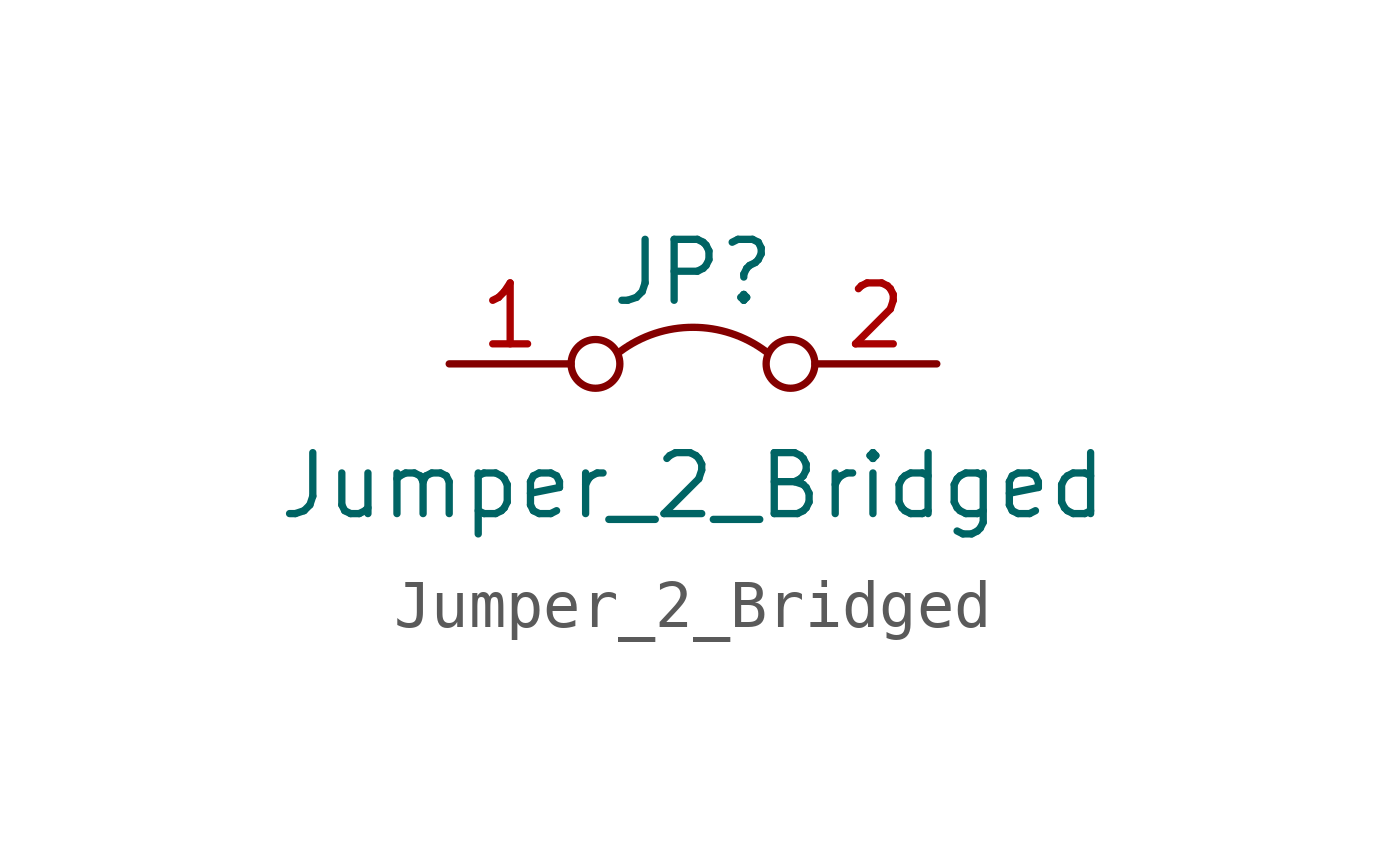
<source format=kicad_sym>
(kicad_symbol_lib
  (version 20241209)
  (generator "kicad_symbol_editor")
  (generator_version "9.0")
  (symbol "Jumper_2_Bridged"
    (pin_names
      (offset 0)
      (hide yes))
    (property "Reference" "JP"
      (at 0 1.905 0)
      (effects (font (size 1.27 1.27))))
    (property "Value" "Jumper_2_Bridged"
      (at 0 -2.54 0)
      (effects (font (size 1.27 1.27))))
    (symbol "Jumper_2_Bridged_0_0"
      (circle (center -2.032 0) (radius 0.508) (stroke (width 0) (type default)) (fill (type none)))
      (circle (center 2.032 0) (radius 0.508) (stroke (width 0) (type default)) (fill (type none))))
    (symbol "Jumper_2_Bridged_0_1"
      (arc (start -1.524 0.254) (mid 0 0.762) (end 1.524 0.254) (stroke (width 0) (type default)) (fill (type none))))
    (symbol "Jumper_2_Bridged_1_1"
      (pin passive line (at -5.08 0 0) (length 2.54) (name "A" (effects (font (size 1.27 1.27)))) (number "1" (effects (font (size 1.27 1.27)))))
      (pin passive line (at 5.08 0 180) (length 2.54) (name "B" (effects (font (size 1.27 1.27)))) (number "2" (effects (font (size 1.27 1.27))))))))
</source>
